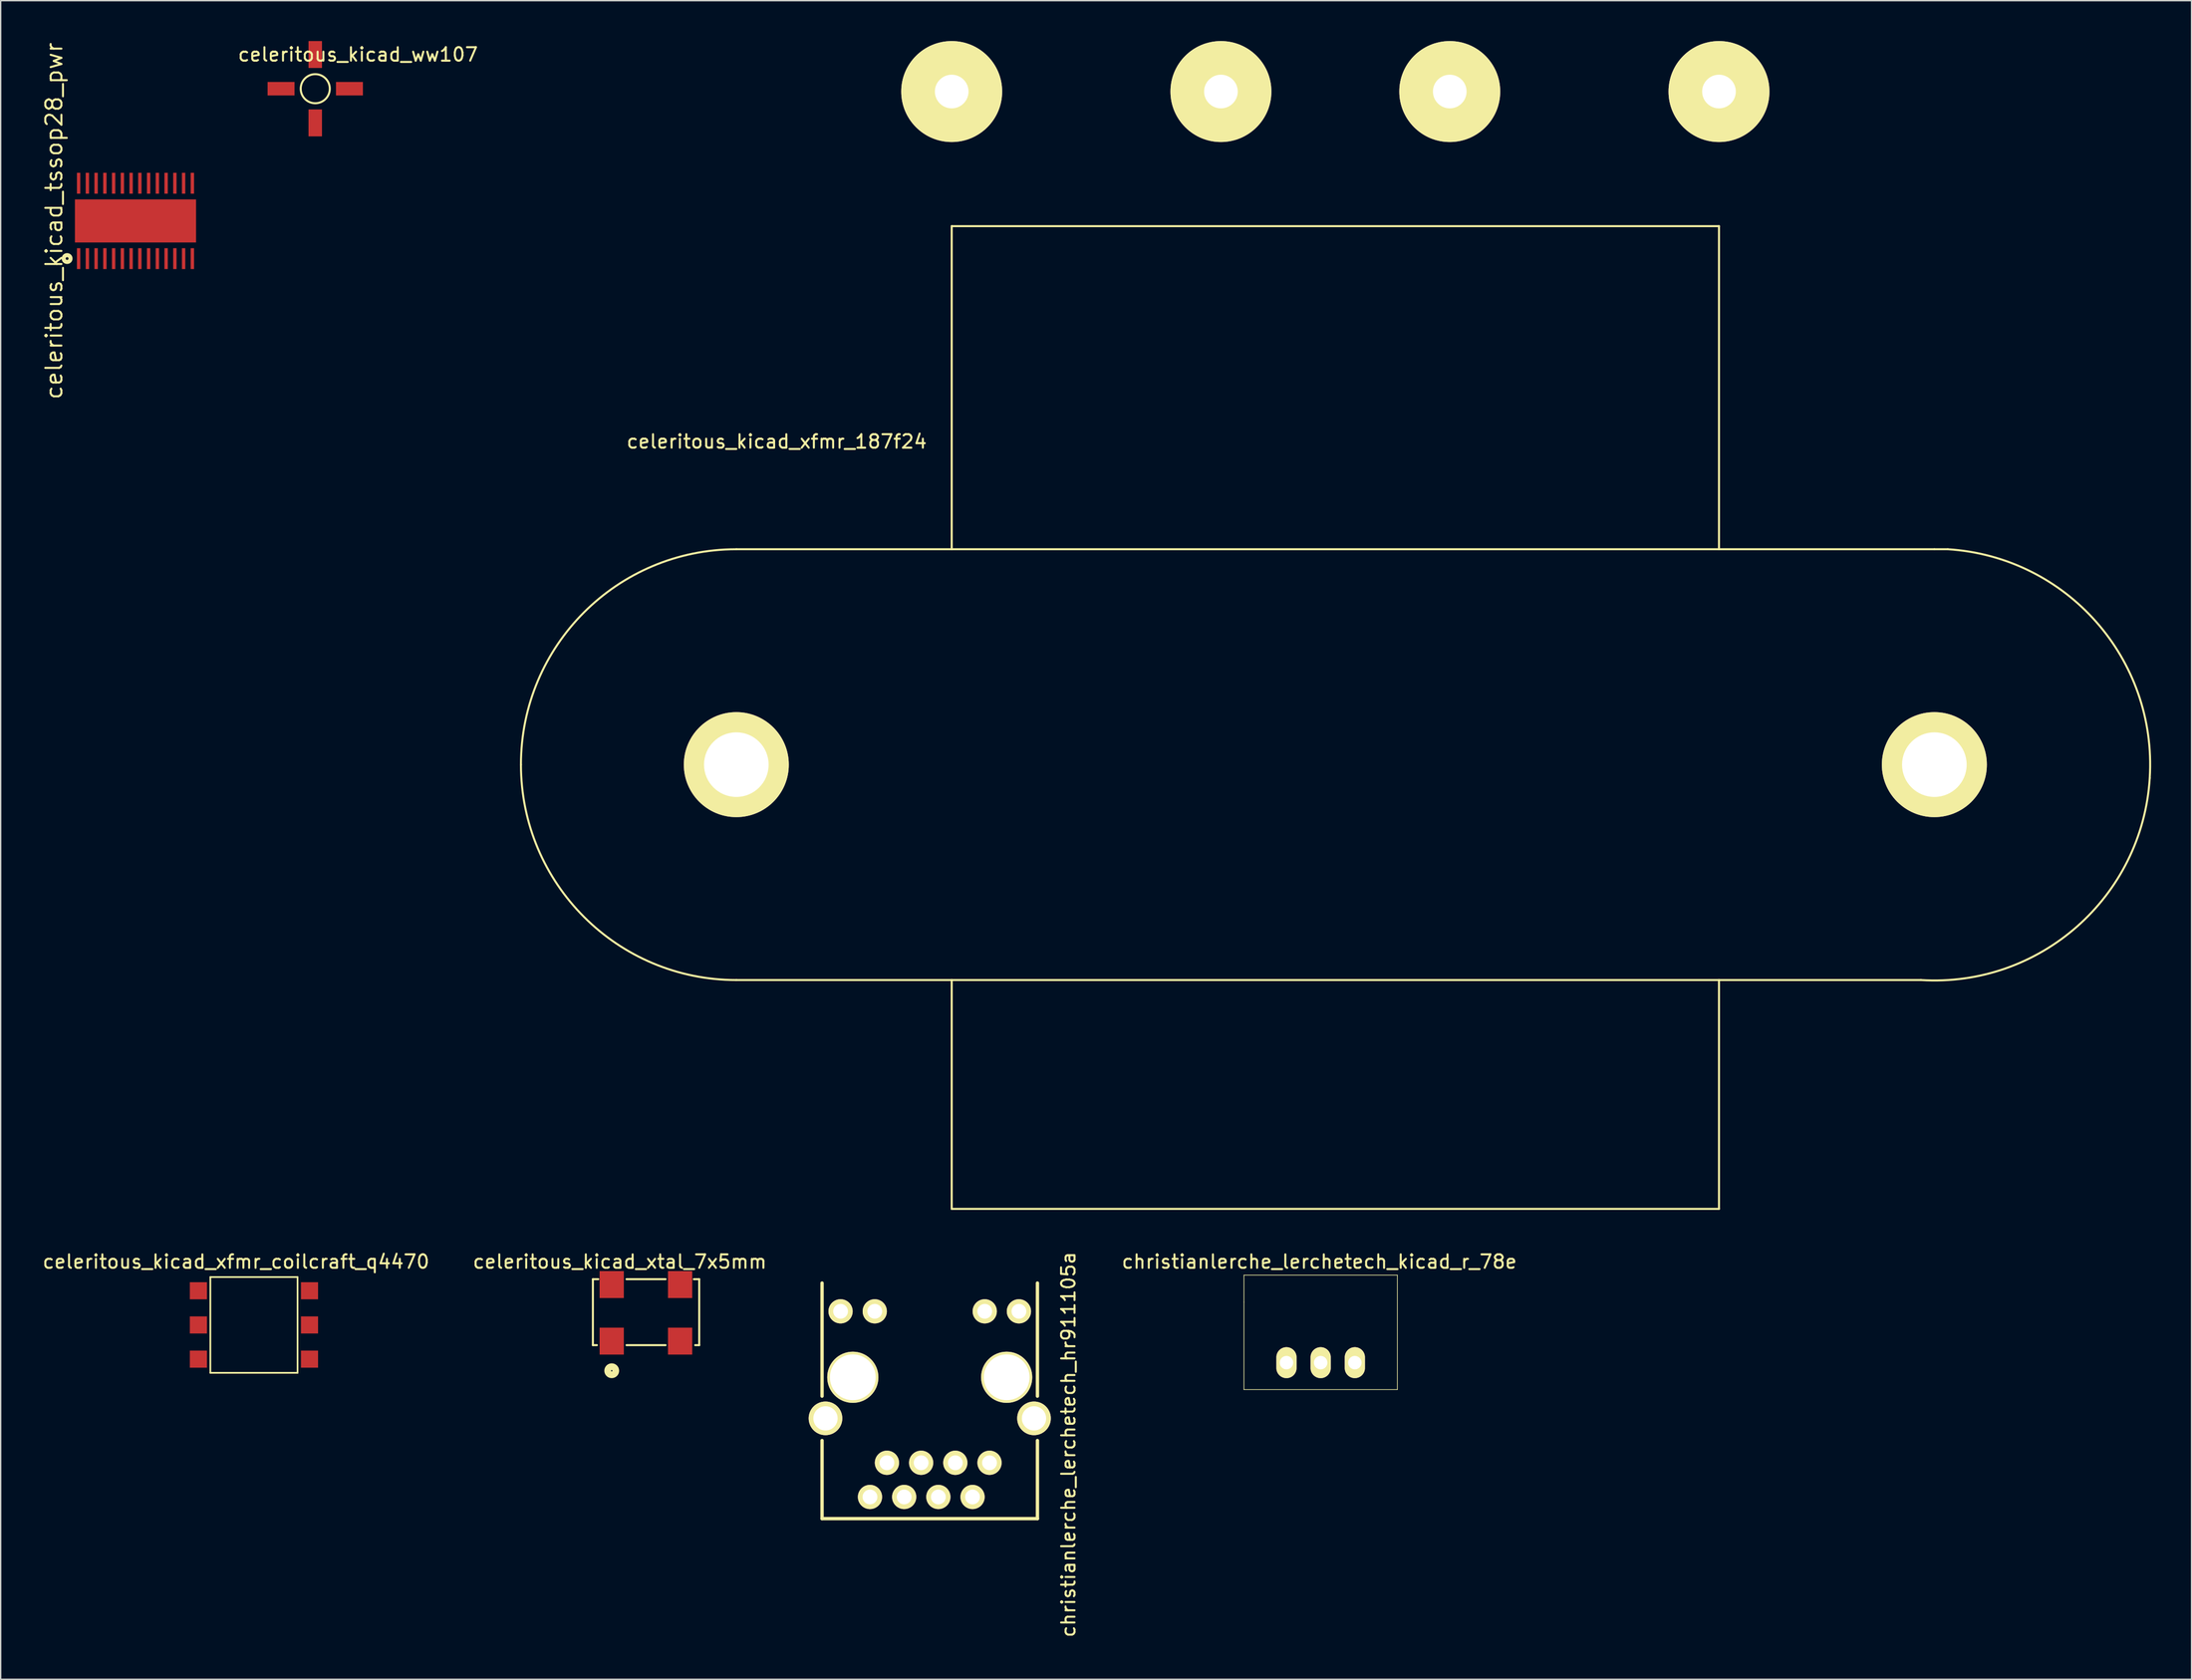
<source format=kicad_pcb>
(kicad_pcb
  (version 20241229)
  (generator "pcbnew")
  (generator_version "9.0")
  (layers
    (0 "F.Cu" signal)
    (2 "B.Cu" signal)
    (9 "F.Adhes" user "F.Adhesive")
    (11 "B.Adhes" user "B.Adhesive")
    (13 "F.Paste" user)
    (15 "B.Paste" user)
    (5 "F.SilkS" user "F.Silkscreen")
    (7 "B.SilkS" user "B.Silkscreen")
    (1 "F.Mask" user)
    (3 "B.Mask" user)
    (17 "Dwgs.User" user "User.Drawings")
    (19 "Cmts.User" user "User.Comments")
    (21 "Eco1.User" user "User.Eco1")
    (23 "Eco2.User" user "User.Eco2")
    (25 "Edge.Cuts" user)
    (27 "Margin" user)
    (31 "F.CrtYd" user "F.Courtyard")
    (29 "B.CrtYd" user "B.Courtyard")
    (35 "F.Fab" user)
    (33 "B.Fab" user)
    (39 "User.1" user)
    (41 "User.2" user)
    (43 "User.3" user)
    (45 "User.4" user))
  (footprint "celeritous_kicad_tssop28_pwr"
    (layer "F.Cu")
    (at 7.015 13.362)
    (property "Reference" "celeritous_kicad_tssop28_pwr" (at -6.05 0 90) (layer "F.SilkS") (effects (font (size 1.2 1.2) (thickness 0.15))))
    (attr through_hole)
    (fp_circle (center -5.08 2.794) (end -4.826 2.794) (stroke (width 0.3) (type solid)) (fill no) (layer "F.SilkS"))
    (pad "1" smd rect (at -4.225 2.8) (size 0.25 1.55) (layers "F.Cu" "F.Mask" "F.Paste"))
    (pad "1" smd rect (at 0 0) (size 9 3.2) (layers "F.Cu" "F.Mask" "F.Paste"))
    (pad "2" smd rect (at -3.575 2.8) (size 0.25 1.55) (layers "F.Cu" "F.Mask" "F.Paste"))
    (pad "3" smd rect (at -2.925 2.8) (size 0.25 1.55) (layers "F.Cu" "F.Mask" "F.Paste"))
    (pad "4" smd rect (at -2.275 2.8) (size 0.25 1.55) (layers "F.Cu" "F.Mask" "F.Paste"))
    (pad "5" smd rect (at -1.625 2.8) (size 0.25 1.55) (layers "F.Cu" "F.Mask" "F.Paste"))
    (pad "6" smd rect (at -0.975 2.8) (size 0.25 1.55) (layers "F.Cu" "F.Mask" "F.Paste"))
    (pad "7" smd rect (at -0.325 2.8) (size 0.25 1.55) (layers "F.Cu" "F.Mask" "F.Paste"))
    (pad "8" smd rect (at 0.325 2.8) (size 0.25 1.55) (layers "F.Cu" "F.Mask" "F.Paste"))
    (pad "9" smd rect (at 0.975 2.8) (size 0.25 1.55) (layers "F.Cu" "F.Mask" "F.Paste"))
    (pad "10" smd rect (at 1.625 2.8) (size 0.25 1.55) (layers "F.Cu" "F.Mask" "F.Paste"))
    (pad "11" smd rect (at 2.275 2.8) (size 0.25 1.55) (layers "F.Cu" "F.Mask" "F.Paste"))
    (pad "12" smd rect (at 2.925 2.8) (size 0.25 1.55) (layers "F.Cu" "F.Mask" "F.Paste"))
    (pad "13" smd rect (at 3.575 2.8) (size 0.25 1.55) (layers "F.Cu" "F.Mask" "F.Paste"))
    (pad "14" smd rect (at 4.225 2.8) (size 0.25 1.55) (layers "F.Cu" "F.Mask" "F.Paste"))
    (pad "15" smd rect (at 4.225 -2.8) (size 0.25 1.55) (layers "F.Cu" "F.Mask" "F.Paste"))
    (pad "16" smd rect (at 3.575 -2.8) (size 0.25 1.55) (layers "F.Cu" "F.Mask" "F.Paste"))
    (pad "17" smd rect (at 2.925 -2.8) (size 0.25 1.55) (layers "F.Cu" "F.Mask" "F.Paste"))
    (pad "18" smd rect (at 2.275 -2.8) (size 0.25 1.55) (layers "F.Cu" "F.Mask" "F.Paste"))
    (pad "19" smd rect (at 1.625 -2.8) (size 0.25 1.55) (layers "F.Cu" "F.Mask" "F.Paste"))
    (pad "20" smd rect (at 0.975 -2.8) (size 0.25 1.55) (layers "F.Cu" "F.Mask" "F.Paste"))
    (pad "21" smd rect (at 0.325 -2.8) (size 0.25 1.55) (layers "F.Cu" "F.Mask" "F.Paste"))
    (pad "22" smd rect (at -0.325 -2.8) (size 0.25 1.55) (layers "F.Cu" "F.Mask" "F.Paste"))
    (pad "23" smd rect (at -0.975 -2.8) (size 0.25 1.55) (layers "F.Cu" "F.Mask" "F.Paste"))
    (pad "24" smd rect (at -1.625 -2.8) (size 0.25 1.55) (layers "F.Cu" "F.Mask" "F.Paste"))
    (pad "25" smd rect (at -2.275 -2.8) (size 0.25 1.55) (layers "F.Cu" "F.Mask" "F.Paste"))
    (pad "26" smd rect (at -2.925 -2.8) (size 0.25 1.55) (layers "F.Cu" "F.Mask" "F.Paste"))
    (pad "27" smd rect (at -3.575 -2.8) (size 0.25 1.55) (layers "F.Cu" "F.Mask" "F.Paste"))
    (pad "28" smd rect (at -4.225 -2.8) (size 0.25 1.55) (layers "F.Cu" "F.Mask" "F.Paste")))
  (footprint "christianlerche_lerchetech_hr911105a"
    (layer "F.Cu")
    (at 66.019 99.26)
    (property "Reference" "christianlerche_lerchetech_hr911105a" (at 10.3 5 90) (layer "F.SilkS") (effects (font (size 1 1) (thickness 0.15))))
    (attr through_hole)
    (fp_line (start -8 1.4) (end -8 -7) (stroke (width 0.25) (type solid)) (layer "F.SilkS"))
    (fp_line (start -8 10.5) (end -8 4.7) (stroke (width 0.25) (type solid)) (layer "F.SilkS"))
    (fp_line (start 8 -7) (end 8 1.4) (stroke (width 0.25) (type solid)) (layer "F.SilkS"))
    (fp_line (start 8 4.7) (end 8 10.5) (stroke (width 0.25) (type solid)) (layer "F.SilkS"))
    (fp_line (start 8 10.5) (end -8 10.5) (stroke (width 0.25) (type solid)) (layer "F.SilkS"))
    (pad "" thru_hole circle (at -7.745 3.05) (size 2.5 2.5) (drill 1.8) (layers "*.Cu" "*.Mask" "F.SilkS"))
    (pad "" np_thru_hole circle (at -5.715 0) (size 3.8 3.8) (drill 3.4) (layers "*.Cu" "*.Mask" "F.SilkS"))
    (pad "" np_thru_hole circle (at 5.715 0) (size 3.8 3.8) (drill 3.4) (layers "*.Cu" "*.Mask" "F.SilkS"))
    (pad "" thru_hole circle (at 7.745 3.05) (size 2.5 2.5) (drill 1.8) (layers "*.Cu" "*.Mask" "F.SilkS"))
    (pad "1" thru_hole circle (at 4.44 6.35) (size 1.8 1.8) (drill 1.1) (layers "*.Cu" "*.Mask" "F.SilkS"))
    (pad "2" thru_hole circle (at 3.18 8.89) (size 1.8 1.8) (drill 1.1) (layers "*.Cu" "*.Mask" "F.SilkS"))
    (pad "3" thru_hole circle (at 1.9 6.35) (size 1.8 1.8) (drill 1.1) (layers "*.Cu" "*.Mask" "F.SilkS"))
    (pad "4" thru_hole circle (at 0.64 8.89) (size 1.8 1.8) (drill 1.1) (layers "*.Cu" "*.Mask" "F.SilkS"))
    (pad "5" thru_hole circle (at -0.64 6.35) (size 1.8 1.8) (drill 1.1) (layers "*.Cu" "*.Mask" "F.SilkS"))
    (pad "6" thru_hole circle (at -1.9 8.89) (size 1.8 1.8) (drill 1.1) (layers "*.Cu" "*.Mask" "F.SilkS"))
    (pad "7" thru_hole circle (at -3.18 6.35) (size 1.8 1.8) (drill 1.1) (layers "*.Cu" "*.Mask" "F.SilkS"))
    (pad "8" thru_hole circle (at -4.44 8.89) (size 1.8 1.8) (drill 1.1) (layers "*.Cu" "*.Mask" "F.SilkS"))
    (pad "9" thru_hole circle (at 6.625 -4.9) (size 1.8 1.8) (drill 1.1) (layers "*.Cu" "*.Mask" "F.SilkS"))
    (pad "10" thru_hole circle (at 4.085 -4.9) (size 1.8 1.8) (drill 1.1) (layers "*.Cu" "*.Mask" "F.SilkS"))
    (pad "11" thru_hole circle (at -4.085 -4.9) (size 1.8 1.8) (drill 1.1) (layers "*.Cu" "*.Mask" "F.SilkS"))
    (pad "12" thru_hole circle (at -6.625 -4.9) (size 1.8 1.8) (drill 1.1) (layers "*.Cu" "*.Mask" "F.SilkS")))
  (footprint "celeritous_kicad_xfmr_187f24"
    (layer "F.Cu")
    (at 51.65 53.75)
    (property "Reference" "celeritous_kicad_xfmr_187f24" (at 3 -24 0) (layer "F.SilkS") (effects (font (size 1 1) (thickness 0.15))))
    (attr through_hole)
    (fp_line (start 0 16) (end 88 16) (stroke (width 0.15) (type solid)) (layer "F.SilkS"))
    (fp_line (start 16 -40) (end 73 -40) (stroke (width 0.15) (type solid)) (layer "F.SilkS"))
    (fp_line (start 16 -16) (end 16 -40) (stroke (width 0.15) (type solid)) (layer "F.SilkS"))
    (fp_line (start 16 33) (end 16 16) (stroke (width 0.15) (type solid)) (layer "F.SilkS"))
    (fp_line (start 73 -40) (end 73 -16) (stroke (width 0.15) (type solid)) (layer "F.SilkS"))
    (fp_line (start 73 16) (end 73 33) (stroke (width 0.15) (type solid)) (layer "F.SilkS"))
    (fp_line (start 73 33) (end 16 33) (stroke (width 0.15) (type solid)) (layer "F.SilkS"))
    (fp_line (start 89 -16) (end 0 -16) (stroke (width 0.15) (type solid)) (layer "F.SilkS"))
    (fp_line (start 89 -16) (end 90 -16) (stroke (width 0.15) (type solid)) (layer "F.SilkS"))
    (fp_arc (start -16 0) (mid -11.313708 -11.313708) (end 0 -16) (stroke (width 0.15) (type solid)) (layer "F.SilkS"))
    (fp_arc (start 0 16) (mid -11.313708 11.313708) (end -16 0) (stroke (width 0.15) (type solid)) (layer "F.SilkS"))
    (fp_arc (start 90 -16) (mid 101.020815 -10.606602) (end 105 1) (stroke (width 0.15) (type solid)) (layer "F.SilkS"))
    (fp_arc (start 105 1) (mid 99.606602 12.020815) (end 88 16) (stroke (width 0.15) (type solid)) (layer "F.SilkS"))
    (pad "1" thru_hole circle (at 53 -50) (size 7.5 7.5) (drill 2.5) (layers "*.Cu" "*.Mask" "F.SilkS"))
    (pad "2" thru_hole circle (at 36 -50) (size 7.5 7.5) (drill 2.5) (layers "*.Cu" "*.Mask" "F.SilkS"))
    (pad "3" thru_hole circle (at 73 -50) (size 7.5 7.5) (drill 2.5) (layers "*.Cu" "*.Mask" "F.SilkS"))
    (pad "5" thru_hole circle (at 16 -50) (size 7.5 7.5) (drill 2.5) (layers "*.Cu" "*.Mask" "F.SilkS"))
    (pad "A" thru_hole circle (at 0 0) (size 7.8 7.8) (drill 4.8) (layers "*.Cu" "*.Mask" "F.SilkS"))
    (pad "B" thru_hole circle (at 89 0) (size 7.8 7.8) (drill 4.8) (layers "*.Cu" "*.Mask" "F.SilkS")))
  (footprint "celeritous_kicad_xtal_7x5mm"
    (layer "F.Cu")
    (at 42.394 92.373)
    (property "Reference" "celeritous_kicad_xtal_7x5mm" (at 0.6 -1.7 0) (layer "F.SilkS") (effects (font (size 1 1) (thickness 0.15))))
    (attr through_hole)
    (fp_line (start -1.4 -0.4) (end -1.4 4.5) (stroke (width 0.15) (type solid)) (layer "F.SilkS"))
    (fp_line (start -1.4 4.5) (end -1.1 4.5) (stroke (width 0.15) (type solid)) (layer "F.SilkS"))
    (fp_line (start -1 -0.4) (end -1.4 -0.4) (stroke (width 0.15) (type solid)) (layer "F.SilkS"))
    (fp_line (start 1.1 4.5) (end 4 4.5) (stroke (width 0.15) (type solid)) (layer "F.SilkS"))
    (fp_line (start 4 -0.4) (end 1.1 -0.4) (stroke (width 0.15) (type solid)) (layer "F.SilkS"))
    (fp_line (start 6.2 4.5) (end 6.5 4.5) (stroke (width 0.15) (type solid)) (layer "F.SilkS"))
    (fp_line (start 6.5 -0.4) (end 6.1 -0.4) (stroke (width 0.15) (type solid)) (layer "F.SilkS"))
    (fp_line (start 6.5 4.5) (end 6.5 -0.4) (stroke (width 0.15) (type solid)) (layer "F.SilkS"))
    (fp_circle (center 0 6.4) (end 0.3 6.4) (stroke (width 0.5) (type solid)) (fill no) (layer "F.SilkS"))
    (pad "1" smd rect (at 0 4.2) (size 1.8 2) (layers "F.Cu" "F.Mask" "F.Paste"))
    (pad "2" smd rect (at 5.08 4.2) (size 1.8 2) (layers "F.Cu" "F.Mask" "F.Paste"))
    (pad "3" smd rect (at 5.08 0) (size 1.8 2) (layers "F.Cu" "F.Mask" "F.Paste"))
    (pad "4" smd rect (at 0 0) (size 1.8 2) (layers "F.Cu" "F.Mask" "F.Paste")))
  (footprint "celeritous_kicad_xfmr_coilcraft_q4470"
    (layer "F.Cu")
    (at 11.688 92.832)
    (property "Reference" "celeritous_kicad_xfmr_coilcraft_q4470" (at 2.794 -2.159 0) (layer "F.SilkS") (effects (font (size 1 1) (thickness 0.15))))
    (attr through_hole)
    (fp_line (start 0.889 6.096) (end 0.889 -1.016) (stroke (width 0.127) (type solid)) (layer "F.SilkS"))
    (fp_line (start 7.366 -1.016) (end 0.889 -1.016) (stroke (width 0.127) (type solid)) (layer "F.SilkS"))
    (fp_line (start 7.366 -1.016) (end 7.366 6.096) (stroke (width 0.127) (type solid)) (layer "F.SilkS"))
    (fp_line (start 7.366 6.096) (end 0.889 6.096) (stroke (width 0.127) (type solid)) (layer "F.SilkS"))
    (pad "1" smd rect (at 0 0) (size 1.27 1.27) (layers "F.Cu" "F.Mask" "F.Paste"))
    (pad "2" smd rect (at 0 2.54) (size 1.27 1.27) (layers "F.Cu" "F.Mask" "F.Paste"))
    (pad "3" smd rect (at 0 5.08) (size 1.27 1.27) (layers "F.Cu" "F.Mask" "F.Paste"))
    (pad "4" smd rect (at 8.255 5.08) (size 1.27 1.27) (layers "F.Cu" "F.Mask" "F.Paste"))
    (pad "5" smd rect (at 8.255 2.54) (size 1.27 1.27) (layers "F.Cu" "F.Mask" "F.Paste"))
    (pad "6" smd rect (at 8.255 0) (size 1.27 1.27) (layers "F.Cu" "F.Mask" "F.Paste")))
  (footprint "celeritous_kicad_ww107"
    (layer "F.Cu")
    (at 20.37 3.54)
    (property "Reference" "celeritous_kicad_ww107" (at 3.175 -2.54 0) (layer "F.SilkS") (effects (font (size 1 1) (thickness 0.15))))
    (attr through_hole)
    (fp_circle (center 0 0) (end 1.08 0) (stroke (width 0.15) (type solid)) (fill no) (layer "F.SilkS"))
    (pad "1" smd rect (at 0 2.54) (size 1 2) (layers "F.Cu" "F.Mask" "F.Paste"))
    (pad "2" smd rect (at -2.54 0 90) (size 1 2) (layers "F.Cu" "F.Mask" "F.Paste"))
    (pad "3" smd rect (at 0 -2.54) (size 1 2) (layers "F.Cu" "F.Mask" "F.Paste"))
    (pad "4" smd rect (at 2.54 0 90) (size 1 2) (layers "F.Cu" "F.Mask" "F.Paste")))
  (footprint "christianlerche_lerchetech_kicad_r_78e"
    (layer "F.Cu")
    (at 95.059 98.173)
    (property "Reference" "christianlerche_lerchetech_kicad_r_78e" (at -0.1 -7.5 0) (layer "F.SilkS") (effects (font (size 1 1) (thickness 0.15))))
    (attr through_hole)
    (fp_line (start -5.7 -6.5) (end 5.7 -6.5) (stroke (width 0.05) (type solid)) (layer "F.SilkS"))
    (fp_line (start -5.7 -4.5) (end -5.7 -6.5) (stroke (width 0.05) (type solid)) (layer "F.SilkS"))
    (fp_line (start -5.7 2) (end -5.7 -4.5) (stroke (width 0.05) (type solid)) (layer "F.SilkS"))
    (fp_line (start 5.7 -6.5) (end 5.7 2) (stroke (width 0.05) (type solid)) (layer "F.SilkS"))
    (fp_line (start 5.7 2) (end -5.7 2) (stroke (width 0.05) (type solid)) (layer "F.SilkS"))
    (pad "1" thru_hole oval (at -2.54 0) (size 1.5 2.3) (drill 1) (layers "*.Cu" "*.Mask" "F.SilkS"))
    (pad "2" thru_hole oval (at 0 0) (size 1.5 2.3) (drill 1) (layers "*.Cu" "*.Mask" "F.SilkS"))
    (pad "3" thru_hole oval (at 2.54 0) (size 1.5 2.3) (drill 1) (layers "*.Cu" "*.Mask" "F.SilkS")))
  (gr_rect
    (start -3 -3)
    (end 159.756 121.694)
    (stroke (width 0.1) (type default))
    (fill no)
    (layer "Edge.Cuts")))
</source>
